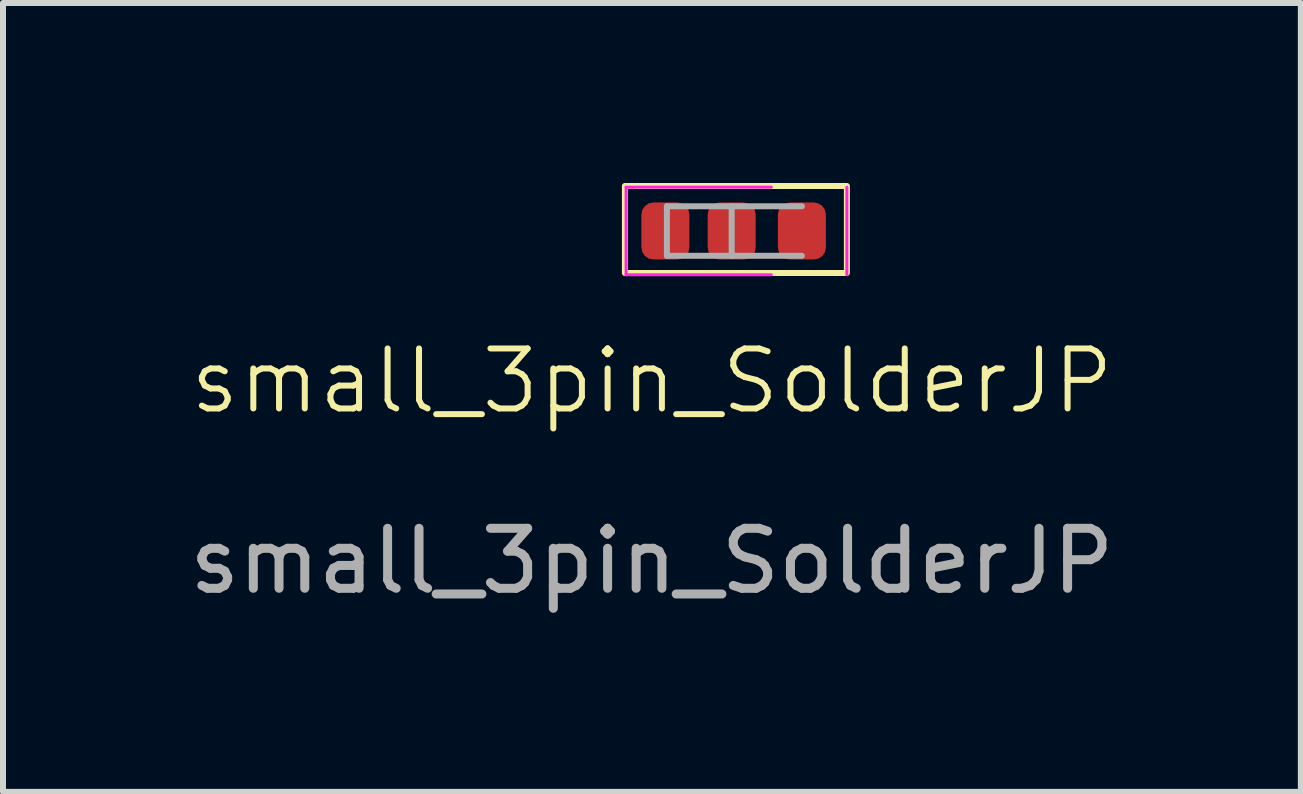
<source format=kicad_pcb>
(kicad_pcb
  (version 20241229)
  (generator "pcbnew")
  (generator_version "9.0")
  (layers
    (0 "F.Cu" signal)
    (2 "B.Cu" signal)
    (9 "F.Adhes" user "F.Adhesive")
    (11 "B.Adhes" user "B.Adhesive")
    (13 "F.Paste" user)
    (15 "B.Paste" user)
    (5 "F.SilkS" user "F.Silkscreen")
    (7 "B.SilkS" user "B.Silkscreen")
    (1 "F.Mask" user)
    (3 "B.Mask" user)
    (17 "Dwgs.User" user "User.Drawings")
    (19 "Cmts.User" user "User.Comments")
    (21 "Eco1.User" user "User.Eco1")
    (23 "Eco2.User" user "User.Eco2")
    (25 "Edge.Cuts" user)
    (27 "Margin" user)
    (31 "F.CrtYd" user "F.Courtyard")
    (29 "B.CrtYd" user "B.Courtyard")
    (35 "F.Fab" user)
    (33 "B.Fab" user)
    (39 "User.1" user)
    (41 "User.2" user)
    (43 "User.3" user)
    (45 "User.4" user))
  (footprint "small_3pin_SolderJP"
    (layer "F.Cu")
    (at 7.815 3.8)
    (property "Reference" "small_3pin_SolderJP" (at 0 -0.5 0) (unlocked yes) (layer "F.SilkS") (effects (font (size 1 1) (thickness 0.1))))
    (attr smd)
    (fp_poly (pts (xy -0.45 -3.75) (xy 3.25 -3.75) (xy 3.25 -2.3) (xy -0.45 -2.3)) (stroke (width 0.1) (type default)) (fill no) (layer "F.SilkS"))
    (fp_line (start -0.43 -3.73) (end 1.99 -3.73) (stroke (width 0.05) (type solid)) (layer "F.CrtYd"))
    (fp_line (start -0.43 -2.27) (end -0.43 -3.73) (stroke (width 0.05) (type solid)) (layer "F.CrtYd"))
    (fp_line (start 1.99 -2.27) (end -0.43 -2.27) (stroke (width 0.05) (type solid)) (layer "F.CrtYd"))
    (fp_line (start 3.25 -3.73) (end 3.25 -2.27) (stroke (width 0.05) (type solid)) (layer "F.CrtYd"))
    (fp_line (start 0.25 -3.412) (end 2.5 -3.412) (stroke (width 0.1) (type solid)) (layer "F.Fab"))
    (fp_line (start 0.25 -2.587) (end 0.25 -3.412) (stroke (width 0.1) (type solid)) (layer "F.Fab"))
    (fp_line (start 1.33 -3.412) (end 1.33 -2.587) (stroke (width 0.1) (type solid)) (layer "F.Fab"))
    (fp_line (start 2.5 -2.587) (end 0.25 -2.587) (stroke (width 0.1) (type solid)) (layer "F.Fab"))
    (fp_text user "${REFERENCE}" (at 0 2.5 0) (unlocked yes) (layer "F.Fab") (effects (font (size 1 1) (thickness 0.15))))
    (pad "1" smd roundrect (at 0.225 -3) (size 0.8 0.95) (layers "F.Cu" "F.Mask" "F.Paste") (roundrect_rratio 0.25))
    (pad "2" smd roundrect (at 1.33 -3) (size 0.8 0.95) (layers "F.Cu" "F.Mask" "F.Paste") (roundrect_rratio 0.25))
    (pad "3" smd roundrect (at 2.5 -3) (size 0.8 0.95) (layers "F.Cu" "F.Mask" "F.Paste") (roundrect_rratio 0.25)))
  (gr_rect
    (start -3 -3)
    (end 18.631 10.148)
    (stroke (width 0.1) (type default))
    (fill no)
    (layer "Edge.Cuts")))
</source>
